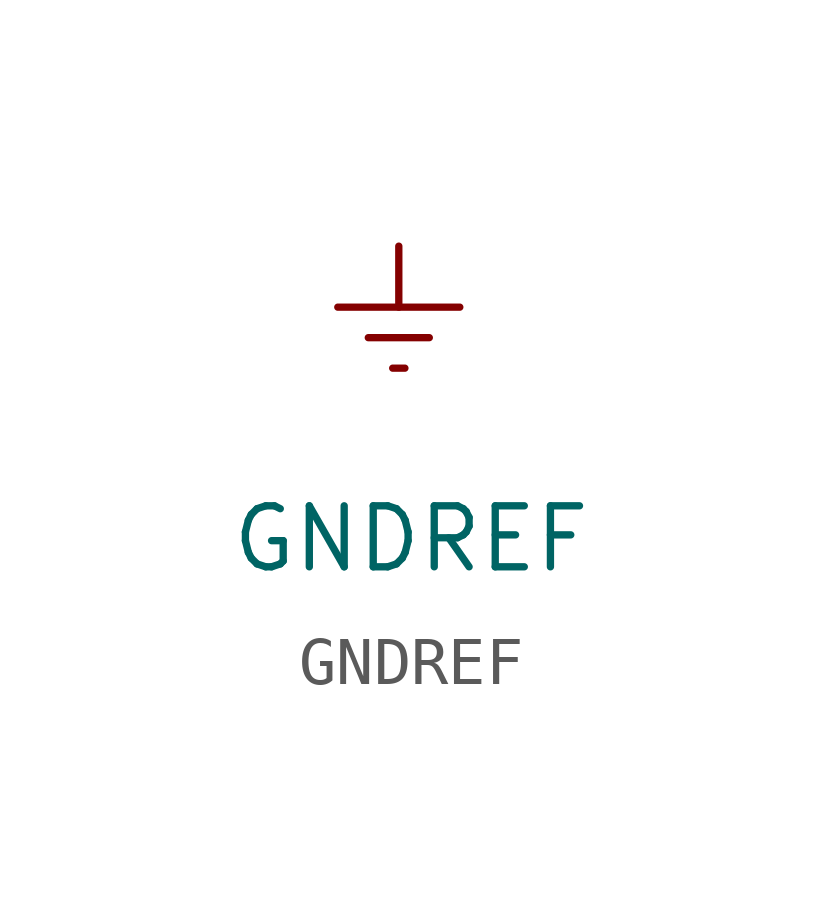
<source format=kicad_sym>
(kicad_symbol_lib
  (version 20211014)
  (generator kicad_symbol_editor)
  (symbol "GNDREF"
    (power)
    (pin_names
      (offset 0))
    (property "Reference" "#PWR"
      (at 0 -9.144 0)
      (effects (font (size 1.27 1.27)) hide))
    (property "Value" "GNDREF"
      (at 0.254 -6.096 0)
      (effects (font (size 1.27 1.27))))
    (symbol "GNDREF_0_1"
      (polyline (pts (xy -0.635 -1.905) (xy 0.635 -1.905)) (stroke (width 0) (type default) (color 0 0 0 0)) (fill (type none)))
      (polyline (pts (xy -0.127 -2.54) (xy 0.127 -2.54)) (stroke (width 0) (type default) (color 0 0 0 0)) (fill (type none)))
      (polyline (pts (xy 0 -1.27) (xy 0 0)) (stroke (width 0) (type default) (color 0 0 0 0)) (fill (type none)))
      (polyline (pts (xy 1.27 -1.27) (xy -1.27 -1.27)) (stroke (width 0) (type default) (color 0 0 0 0)) (fill (type none))))
    (symbol "GNDREF_1_1"
      (pin power_in line (at 0 0 270) (length 0) hide (name "GNDREF" (effects (font (size 1.27 1.27)))) (number "1" (effects (font (size 1.27 1.27))))))))
</source>
